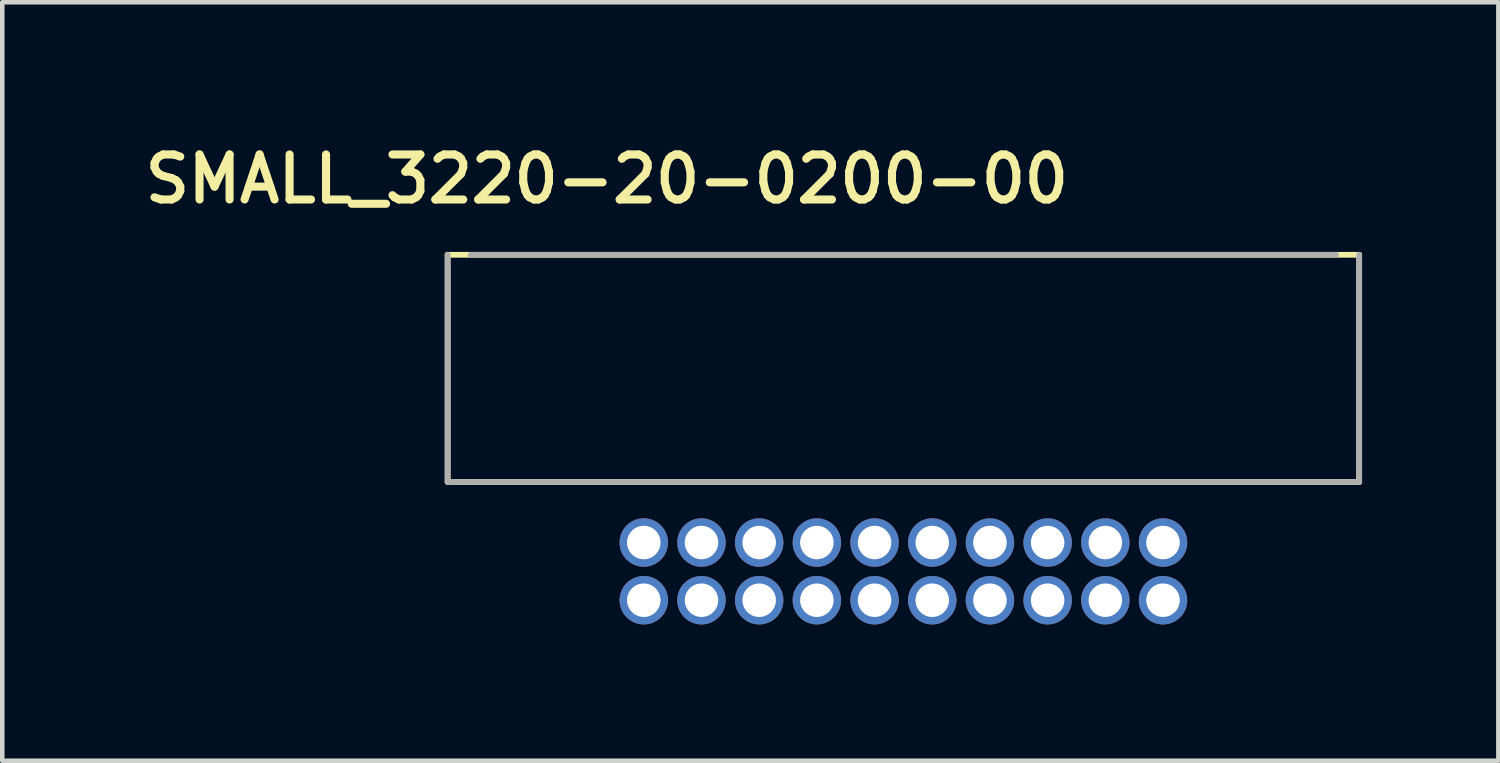
<source format=kicad_pcb>
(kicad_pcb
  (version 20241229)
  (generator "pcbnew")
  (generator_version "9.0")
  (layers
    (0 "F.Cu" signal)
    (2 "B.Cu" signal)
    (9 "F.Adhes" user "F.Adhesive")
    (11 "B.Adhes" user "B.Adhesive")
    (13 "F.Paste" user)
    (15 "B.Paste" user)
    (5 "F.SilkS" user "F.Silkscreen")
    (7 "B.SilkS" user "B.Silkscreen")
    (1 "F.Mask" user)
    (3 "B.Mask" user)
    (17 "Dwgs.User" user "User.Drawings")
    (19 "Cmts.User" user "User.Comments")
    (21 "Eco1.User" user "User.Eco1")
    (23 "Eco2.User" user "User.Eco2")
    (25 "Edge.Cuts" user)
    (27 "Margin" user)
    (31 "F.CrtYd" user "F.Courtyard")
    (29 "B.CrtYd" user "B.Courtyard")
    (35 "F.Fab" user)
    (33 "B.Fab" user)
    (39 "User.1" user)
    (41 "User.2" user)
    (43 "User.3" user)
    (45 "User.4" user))
  (footprint "SMALL_3220-20-0200-00"
    (layer "F.Cu")
    (at 16.837 8.893)
    (property "Reference" "SMALL_3220-20-0200-00" (at -6.528 -8.001 0) (layer "F.SilkS") (effects (font (size 0.991 0.991) (thickness 0.178))))
    (attr through_hole)
    (fp_line (start -10.033 -6.334) (end 10.033 -6.334) (stroke (width 0.127) (type solid)) (layer "F.SilkS"))
    (fp_line (start -10.033 -1.334) (end -10.033 -6.334) (stroke (width 0.127) (type solid)) (layer "F.SilkS"))
    (fp_line (start 10.033 -6.334) (end 10.033 -1.334) (stroke (width 0.127) (type solid)) (layer "F.SilkS"))
    (fp_line (start 10.033 -1.334) (end -10.033 -1.334) (stroke (width 0.127) (type solid)) (layer "F.SilkS"))
    (fp_line (start -10.033 -1.334) (end -10.033 -6.334) (stroke (width 0.127) (type solid)) (layer "F.Fab"))
    (fp_line (start -9.525 -6.334) (end 9.525 -6.334) (stroke (width 0.127) (type solid)) (layer "F.Fab"))
    (fp_line (start 10.033 -6.334) (end 10.033 -1.334) (stroke (width 0.127) (type solid)) (layer "F.Fab"))
    (fp_line (start 10.033 -1.334) (end -10.033 -1.334) (stroke (width 0.127) (type solid)) (layer "F.Fab"))
    (pad "1" thru_hole circle (at -5.715 1.27) (size 1.067 1.067) (drill 0.737) (layers "*.Cu" "*.Mask"))
    (pad "2" thru_hole circle (at -5.715 0) (size 1.067 1.067) (drill 0.737) (layers "*.Cu" "*.Mask"))
    (pad "3" thru_hole circle (at -4.445 1.27) (size 1.067 1.067) (drill 0.737) (layers "*.Cu" "*.Mask"))
    (pad "4" thru_hole circle (at -4.445 0) (size 1.067 1.067) (drill 0.737) (layers "*.Cu" "*.Mask"))
    (pad "5" thru_hole circle (at -3.175 1.27) (size 1.067 1.067) (drill 0.737) (layers "*.Cu" "*.Mask"))
    (pad "6" thru_hole circle (at -3.175 0) (size 1.067 1.067) (drill 0.737) (layers "*.Cu" "*.Mask"))
    (pad "7" thru_hole circle (at -1.905 1.27) (size 1.067 1.067) (drill 0.737) (layers "*.Cu" "*.Mask"))
    (pad "8" thru_hole circle (at -1.905 0) (size 1.067 1.067) (drill 0.737) (layers "*.Cu" "*.Mask"))
    (pad "9" thru_hole circle (at -0.635 1.27) (size 1.067 1.067) (drill 0.737) (layers "*.Cu" "*.Mask"))
    (pad "10" thru_hole circle (at -0.635 0) (size 1.067 1.067) (drill 0.737) (layers "*.Cu" "*.Mask"))
    (pad "11" thru_hole circle (at 0.635 1.27) (size 1.067 1.067) (drill 0.737) (layers "*.Cu" "*.Mask"))
    (pad "12" thru_hole circle (at 0.635 0) (size 1.067 1.067) (drill 0.737) (layers "*.Cu" "*.Mask"))
    (pad "13" thru_hole circle (at 1.905 1.27) (size 1.067 1.067) (drill 0.737) (layers "*.Cu" "*.Mask"))
    (pad "14" thru_hole circle (at 1.905 0) (size 1.067 1.067) (drill 0.737) (layers "*.Cu" "*.Mask"))
    (pad "15" thru_hole circle (at 3.175 1.27) (size 1.067 1.067) (drill 0.737) (layers "*.Cu" "*.Mask"))
    (pad "16" thru_hole circle (at 3.175 0) (size 1.067 1.067) (drill 0.737) (layers "*.Cu" "*.Mask"))
    (pad "17" thru_hole circle (at 4.445 1.27) (size 1.067 1.067) (drill 0.737) (layers "*.Cu" "*.Mask"))
    (pad "18" thru_hole circle (at 4.445 0) (size 1.067 1.067) (drill 0.737) (layers "*.Cu" "*.Mask"))
    (pad "19" thru_hole circle (at 5.715 1.27) (size 1.067 1.067) (drill 0.737) (layers "*.Cu" "*.Mask"))
    (pad "20" thru_hole circle (at 5.715 0) (size 1.067 1.067) (drill 0.737) (layers "*.Cu" "*.Mask")))
  (gr_rect
    (start -3 -3)
    (end 29.934 13.696)
    (stroke (width 0.1) (type default))
    (fill no)
    (layer "Edge.Cuts")))
</source>
